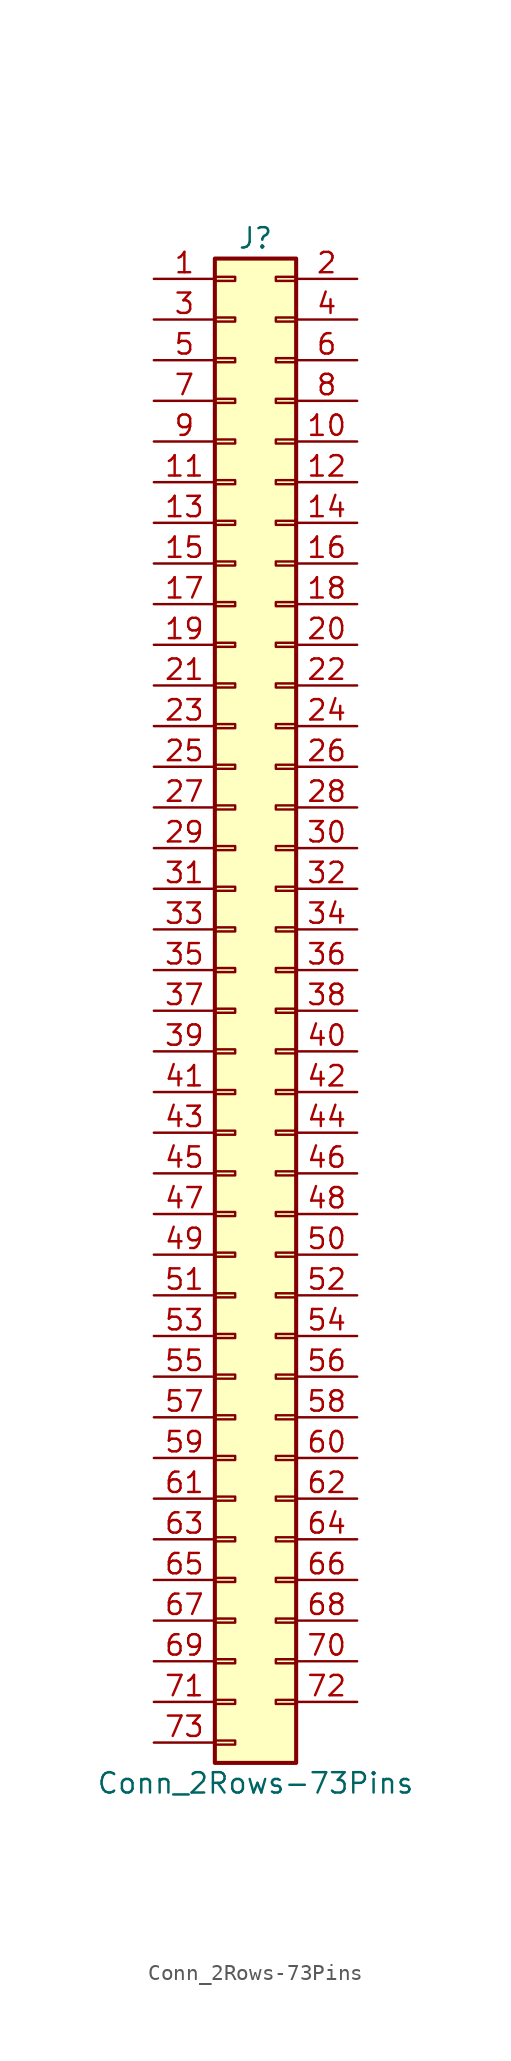
<source format=kicad_sym>
(kicad_symbol_lib
  (version 20200908)
  (generator kicad_symbol_editor)
  (symbol "Connector_Generic:Conn_2Rows-73Pins"
    (pin_names
      (offset 1.016) hide)
    (property "Reference" "J"
      (at 1.27 48.26 0)
      (effects (font (size 1.27 1.27))))
    (property "Value" "Conn_2Rows-73Pins"
      (at 1.27 -48.26 0)
      (effects (font (size 1.27 1.27))))
    (symbol "Conn_2Rows-73Pins_1_1"
      (rectangle (start -1.27 -27.813) (end 0 -28.067) (stroke (width 0.152)) (fill (type none)))
      (rectangle (start -1.27 -30.353) (end 0 -30.607) (stroke (width 0.152)) (fill (type none)))
      (rectangle (start -1.27 -32.893) (end 0 -33.147) (stroke (width 0.152)) (fill (type none)))
      (rectangle (start -1.27 -35.433) (end 0 -35.687) (stroke (width 0.152)) (fill (type none)))
      (rectangle (start -1.27 -37.973) (end 0 -38.227) (stroke (width 0.152)) (fill (type none)))
      (rectangle (start -1.27 -40.513) (end 0 -40.767) (stroke (width 0.152)) (fill (type none)))
      (rectangle (start -1.27 -43.053) (end 0 -43.307) (stroke (width 0.152)) (fill (type none)))
      (rectangle (start -1.27 -45.593) (end 0 -45.847) (stroke (width 0.152)) (fill (type none)))
      (rectangle (start -1.27 -4.953) (end 0 -5.207) (stroke (width 0.152)) (fill (type none)))
      (rectangle (start -1.27 -7.493) (end 0 -7.747) (stroke (width 0.152)) (fill (type none)))
      (rectangle (start -1.27 -10.033) (end 0 -10.287) (stroke (width 0.152)) (fill (type none)))
      (rectangle (start -1.27 -12.573) (end 0 -12.827) (stroke (width 0.152)) (fill (type none)))
      (rectangle (start -1.27 -15.113) (end 0 -15.367) (stroke (width 0.152)) (fill (type none)))
      (rectangle (start -1.27 -17.653) (end 0 -17.907) (stroke (width 0.152)) (fill (type none)))
      (rectangle (start -1.27 -20.193) (end 0 -20.447) (stroke (width 0.152)) (fill (type none)))
      (rectangle (start -1.27 -22.733) (end 0 -22.987) (stroke (width 0.152)) (fill (type none)))
      (rectangle (start -1.27 -2.413) (end 0 -2.667) (stroke (width 0.152)) (fill (type none)))
      (rectangle (start -1.27 -25.273) (end 0 -25.527) (stroke (width 0.152)) (fill (type none)))
      (rectangle (start -1.27 25.527) (end 0 25.273) (stroke (width 0.152)) (fill (type none)))
      (rectangle (start -1.27 2.667) (end 0 2.413) (stroke (width 0.152)) (fill (type none)))
      (rectangle (start -1.27 28.067) (end 0 27.813) (stroke (width 0.152)) (fill (type none)))
      (rectangle (start -1.27 30.607) (end 0 30.353) (stroke (width 0.152)) (fill (type none)))
      (rectangle (start -1.27 33.147) (end 0 32.893) (stroke (width 0.152)) (fill (type none)))
      (rectangle (start -1.27 35.687) (end 0 35.433) (stroke (width 0.152)) (fill (type none)))
      (rectangle (start -1.27 38.227) (end 0 37.973) (stroke (width 0.152)) (fill (type none)))
      (rectangle (start -1.27 40.767) (end 0 40.513) (stroke (width 0.152)) (fill (type none)))
      (rectangle (start -1.27 43.307) (end 0 43.053) (stroke (width 0.152)) (fill (type none)))
      (rectangle (start -1.27 45.847) (end 0 45.593) (stroke (width 0.152)) (fill (type none)))
      (rectangle (start -1.27 46.99) (end 3.81 -46.99) (stroke (width 0.254)) (fill (type background)))
      (rectangle (start -1.27 5.207) (end 0 4.953) (stroke (width 0.152)) (fill (type none)))
      (rectangle (start -1.27 7.747) (end 0 7.493) (stroke (width 0.152)) (fill (type none)))
      (rectangle (start -1.27 10.287) (end 0 10.033) (stroke (width 0.152)) (fill (type none)))
      (rectangle (start -1.27 0.127) (end 0 -0.127) (stroke (width 0.152)) (fill (type none)))
      (rectangle (start -1.27 12.827) (end 0 12.573) (stroke (width 0.152)) (fill (type none)))
      (rectangle (start -1.27 15.367) (end 0 15.113) (stroke (width 0.152)) (fill (type none)))
      (rectangle (start -1.27 17.907) (end 0 17.653) (stroke (width 0.152)) (fill (type none)))
      (rectangle (start -1.27 20.447) (end 0 20.193) (stroke (width 0.152)) (fill (type none)))
      (rectangle (start -1.27 22.987) (end 0 22.733) (stroke (width 0.152)) (fill (type none)))
      (rectangle (start 3.81 -27.813) (end 2.54 -28.067) (stroke (width 0.152)) (fill (type none)))
      (rectangle (start 3.81 -30.353) (end 2.54 -30.607) (stroke (width 0.152)) (fill (type none)))
      (rectangle (start 3.81 -32.893) (end 2.54 -33.147) (stroke (width 0.152)) (fill (type none)))
      (rectangle (start 3.81 -35.433) (end 2.54 -35.687) (stroke (width 0.152)) (fill (type none)))
      (rectangle (start 3.81 -37.973) (end 2.54 -38.227) (stroke (width 0.152)) (fill (type none)))
      (rectangle (start 3.81 -40.513) (end 2.54 -40.767) (stroke (width 0.152)) (fill (type none)))
      (rectangle (start 3.81 -43.053) (end 2.54 -43.307) (stroke (width 0.152)) (fill (type none)))
      (rectangle (start 3.81 -4.953) (end 2.54 -5.207) (stroke (width 0.152)) (fill (type none)))
      (rectangle (start 3.81 -7.493) (end 2.54 -7.747) (stroke (width 0.152)) (fill (type none)))
      (rectangle (start 3.81 -10.033) (end 2.54 -10.287) (stroke (width 0.152)) (fill (type none)))
      (rectangle (start 3.81 -12.573) (end 2.54 -12.827) (stroke (width 0.152)) (fill (type none)))
      (rectangle (start 3.81 -15.113) (end 2.54 -15.367) (stroke (width 0.152)) (fill (type none)))
      (rectangle (start 3.81 -17.653) (end 2.54 -17.907) (stroke (width 0.152)) (fill (type none)))
      (rectangle (start 3.81 -20.193) (end 2.54 -20.447) (stroke (width 0.152)) (fill (type none)))
      (rectangle (start 3.81 -22.733) (end 2.54 -22.987) (stroke (width 0.152)) (fill (type none)))
      (rectangle (start 3.81 -2.413) (end 2.54 -2.667) (stroke (width 0.152)) (fill (type none)))
      (rectangle (start 3.81 -25.273) (end 2.54 -25.527) (stroke (width 0.152)) (fill (type none)))
      (rectangle (start 3.81 25.527) (end 2.54 25.273) (stroke (width 0.152)) (fill (type none)))
      (rectangle (start 3.81 2.667) (end 2.54 2.413) (stroke (width 0.152)) (fill (type none)))
      (rectangle (start 3.81 28.067) (end 2.54 27.813) (stroke (width 0.152)) (fill (type none)))
      (rectangle (start 3.81 30.607) (end 2.54 30.353) (stroke (width 0.152)) (fill (type none)))
      (rectangle (start 3.81 33.147) (end 2.54 32.893) (stroke (width 0.152)) (fill (type none)))
      (rectangle (start 3.81 35.687) (end 2.54 35.433) (stroke (width 0.152)) (fill (type none)))
      (rectangle (start 3.81 38.227) (end 2.54 37.973) (stroke (width 0.152)) (fill (type none)))
      (rectangle (start 3.81 40.767) (end 2.54 40.513) (stroke (width 0.152)) (fill (type none)))
      (rectangle (start 3.81 43.307) (end 2.54 43.053) (stroke (width 0.152)) (fill (type none)))
      (rectangle (start 3.81 45.847) (end 2.54 45.593) (stroke (width 0.152)) (fill (type none)))
      (rectangle (start 3.81 5.207) (end 2.54 4.953) (stroke (width 0.152)) (fill (type none)))
      (rectangle (start 3.81 7.747) (end 2.54 7.493) (stroke (width 0.152)) (fill (type none)))
      (rectangle (start 3.81 10.287) (end 2.54 10.033) (stroke (width 0.152)) (fill (type none)))
      (rectangle (start 3.81 0.127) (end 2.54 -0.127) (stroke (width 0.152)) (fill (type none)))
      (rectangle (start 3.81 12.827) (end 2.54 12.573) (stroke (width 0.152)) (fill (type none)))
      (rectangle (start 3.81 15.367) (end 2.54 15.113) (stroke (width 0.152)) (fill (type none)))
      (rectangle (start 3.81 17.907) (end 2.54 17.653) (stroke (width 0.152)) (fill (type none)))
      (rectangle (start 3.81 20.447) (end 2.54 20.193) (stroke (width 0.152)) (fill (type none)))
      (rectangle (start 3.81 22.987) (end 2.54 22.733) (stroke (width 0.152)) (fill (type none)))
      (pin passive line (at -5.08 45.72 0) (length 3.81) (name "Pin_1" (effects (font (size 1.27 1.27)))) (number "1" (effects (font (size 1.27 1.27)))))
      (pin passive line (at 7.62 35.56 180) (length 3.81) (name "Pin_10" (effects (font (size 1.27 1.27)))) (number "10" (effects (font (size 1.27 1.27)))))
      (pin passive line (at -5.08 33.02 0) (length 3.81) (name "Pin_11" (effects (font (size 1.27 1.27)))) (number "11" (effects (font (size 1.27 1.27)))))
      (pin passive line (at 7.62 33.02 180) (length 3.81) (name "Pin_12" (effects (font (size 1.27 1.27)))) (number "12" (effects (font (size 1.27 1.27)))))
      (pin passive line (at -5.08 30.48 0) (length 3.81) (name "Pin_13" (effects (font (size 1.27 1.27)))) (number "13" (effects (font (size 1.27 1.27)))))
      (pin passive line (at 7.62 30.48 180) (length 3.81) (name "Pin_14" (effects (font (size 1.27 1.27)))) (number "14" (effects (font (size 1.27 1.27)))))
      (pin passive line (at -5.08 27.94 0) (length 3.81) (name "Pin_15" (effects (font (size 1.27 1.27)))) (number "15" (effects (font (size 1.27 1.27)))))
      (pin passive line (at 7.62 27.94 180) (length 3.81) (name "Pin_16" (effects (font (size 1.27 1.27)))) (number "16" (effects (font (size 1.27 1.27)))))
      (pin passive line (at -5.08 25.4 0) (length 3.81) (name "Pin_17" (effects (font (size 1.27 1.27)))) (number "17" (effects (font (size 1.27 1.27)))))
      (pin passive line (at 7.62 25.4 180) (length 3.81) (name "Pin_18" (effects (font (size 1.27 1.27)))) (number "18" (effects (font (size 1.27 1.27)))))
      (pin passive line (at -5.08 22.86 0) (length 3.81) (name "Pin_19" (effects (font (size 1.27 1.27)))) (number "19" (effects (font (size 1.27 1.27)))))
      (pin passive line (at 7.62 45.72 180) (length 3.81) (name "Pin_2" (effects (font (size 1.27 1.27)))) (number "2" (effects (font (size 1.27 1.27)))))
      (pin passive line (at 7.62 22.86 180) (length 3.81) (name "Pin_20" (effects (font (size 1.27 1.27)))) (number "20" (effects (font (size 1.27 1.27)))))
      (pin passive line (at -5.08 20.32 0) (length 3.81) (name "Pin_21" (effects (font (size 1.27 1.27)))) (number "21" (effects (font (size 1.27 1.27)))))
      (pin passive line (at 7.62 20.32 180) (length 3.81) (name "Pin_22" (effects (font (size 1.27 1.27)))) (number "22" (effects (font (size 1.27 1.27)))))
      (pin passive line (at -5.08 17.78 0) (length 3.81) (name "Pin_23" (effects (font (size 1.27 1.27)))) (number "23" (effects (font (size 1.27 1.27)))))
      (pin passive line (at 7.62 17.78 180) (length 3.81) (name "Pin_24" (effects (font (size 1.27 1.27)))) (number "24" (effects (font (size 1.27 1.27)))))
      (pin passive line (at -5.08 15.24 0) (length 3.81) (name "Pin_25" (effects (font (size 1.27 1.27)))) (number "25" (effects (font (size 1.27 1.27)))))
      (pin passive line (at 7.62 15.24 180) (length 3.81) (name "Pin_26" (effects (font (size 1.27 1.27)))) (number "26" (effects (font (size 1.27 1.27)))))
      (pin passive line (at -5.08 12.7 0) (length 3.81) (name "Pin_27" (effects (font (size 1.27 1.27)))) (number "27" (effects (font (size 1.27 1.27)))))
      (pin passive line (at 7.62 12.7 180) (length 3.81) (name "Pin_28" (effects (font (size 1.27 1.27)))) (number "28" (effects (font (size 1.27 1.27)))))
      (pin passive line (at -5.08 10.16 0) (length 3.81) (name "Pin_29" (effects (font (size 1.27 1.27)))) (number "29" (effects (font (size 1.27 1.27)))))
      (pin passive line (at -5.08 43.18 0) (length 3.81) (name "Pin_3" (effects (font (size 1.27 1.27)))) (number "3" (effects (font (size 1.27 1.27)))))
      (pin passive line (at 7.62 10.16 180) (length 3.81) (name "Pin_30" (effects (font (size 1.27 1.27)))) (number "30" (effects (font (size 1.27 1.27)))))
      (pin passive line (at -5.08 7.62 0) (length 3.81) (name "Pin_31" (effects (font (size 1.27 1.27)))) (number "31" (effects (font (size 1.27 1.27)))))
      (pin passive line (at 7.62 7.62 180) (length 3.81) (name "Pin_32" (effects (font (size 1.27 1.27)))) (number "32" (effects (font (size 1.27 1.27)))))
      (pin passive line (at -5.08 5.08 0) (length 3.81) (name "Pin_33" (effects (font (size 1.27 1.27)))) (number "33" (effects (font (size 1.27 1.27)))))
      (pin passive line (at 7.62 5.08 180) (length 3.81) (name "Pin_34" (effects (font (size 1.27 1.27)))) (number "34" (effects (font (size 1.27 1.27)))))
      (pin passive line (at -5.08 2.54 0) (length 3.81) (name "Pin_35" (effects (font (size 1.27 1.27)))) (number "35" (effects (font (size 1.27 1.27)))))
      (pin passive line (at 7.62 2.54 180) (length 3.81) (name "Pin_36" (effects (font (size 1.27 1.27)))) (number "36" (effects (font (size 1.27 1.27)))))
      (pin passive line (at -5.08 0 0) (length 3.81) (name "Pin_37" (effects (font (size 1.27 1.27)))) (number "37" (effects (font (size 1.27 1.27)))))
      (pin passive line (at 7.62 0 180) (length 3.81) (name "Pin_38" (effects (font (size 1.27 1.27)))) (number "38" (effects (font (size 1.27 1.27)))))
      (pin passive line (at -5.08 -2.54 0) (length 3.81) (name "Pin_39" (effects (font (size 1.27 1.27)))) (number "39" (effects (font (size 1.27 1.27)))))
      (pin passive line (at 7.62 43.18 180) (length 3.81) (name "Pin_4" (effects (font (size 1.27 1.27)))) (number "4" (effects (font (size 1.27 1.27)))))
      (pin passive line (at 7.62 -2.54 180) (length 3.81) (name "Pin_40" (effects (font (size 1.27 1.27)))) (number "40" (effects (font (size 1.27 1.27)))))
      (pin passive line (at -5.08 -5.08 0) (length 3.81) (name "Pin_41" (effects (font (size 1.27 1.27)))) (number "41" (effects (font (size 1.27 1.27)))))
      (pin passive line (at 7.62 -5.08 180) (length 3.81) (name "Pin_42" (effects (font (size 1.27 1.27)))) (number "42" (effects (font (size 1.27 1.27)))))
      (pin passive line (at -5.08 -7.62 0) (length 3.81) (name "Pin_43" (effects (font (size 1.27 1.27)))) (number "43" (effects (font (size 1.27 1.27)))))
      (pin passive line (at 7.62 -7.62 180) (length 3.81) (name "Pin_44" (effects (font (size 1.27 1.27)))) (number "44" (effects (font (size 1.27 1.27)))))
      (pin passive line (at -5.08 -10.16 0) (length 3.81) (name "Pin_45" (effects (font (size 1.27 1.27)))) (number "45" (effects (font (size 1.27 1.27)))))
      (pin passive line (at 7.62 -10.16 180) (length 3.81) (name "Pin_46" (effects (font (size 1.27 1.27)))) (number "46" (effects (font (size 1.27 1.27)))))
      (pin passive line (at -5.08 -12.7 0) (length 3.81) (name "Pin_47" (effects (font (size 1.27 1.27)))) (number "47" (effects (font (size 1.27 1.27)))))
      (pin passive line (at 7.62 -12.7 180) (length 3.81) (name "Pin_48" (effects (font (size 1.27 1.27)))) (number "48" (effects (font (size 1.27 1.27)))))
      (pin passive line (at -5.08 -15.24 0) (length 3.81) (name "Pin_49" (effects (font (size 1.27 1.27)))) (number "49" (effects (font (size 1.27 1.27)))))
      (pin passive line (at -5.08 40.64 0) (length 3.81) (name "Pin_5" (effects (font (size 1.27 1.27)))) (number "5" (effects (font (size 1.27 1.27)))))
      (pin passive line (at 7.62 -15.24 180) (length 3.81) (name "Pin_50" (effects (font (size 1.27 1.27)))) (number "50" (effects (font (size 1.27 1.27)))))
      (pin passive line (at -5.08 -17.78 0) (length 3.81) (name "Pin_51" (effects (font (size 1.27 1.27)))) (number "51" (effects (font (size 1.27 1.27)))))
      (pin passive line (at 7.62 -17.78 180) (length 3.81) (name "Pin_52" (effects (font (size 1.27 1.27)))) (number "52" (effects (font (size 1.27 1.27)))))
      (pin passive line (at -5.08 -20.32 0) (length 3.81) (name "Pin_53" (effects (font (size 1.27 1.27)))) (number "53" (effects (font (size 1.27 1.27)))))
      (pin passive line (at 7.62 -20.32 180) (length 3.81) (name "Pin_54" (effects (font (size 1.27 1.27)))) (number "54" (effects (font (size 1.27 1.27)))))
      (pin passive line (at -5.08 -22.86 0) (length 3.81) (name "Pin_55" (effects (font (size 1.27 1.27)))) (number "55" (effects (font (size 1.27 1.27)))))
      (pin passive line (at 7.62 -22.86 180) (length 3.81) (name "Pin_56" (effects (font (size 1.27 1.27)))) (number "56" (effects (font (size 1.27 1.27)))))
      (pin passive line (at -5.08 -25.4 0) (length 3.81) (name "Pin_57" (effects (font (size 1.27 1.27)))) (number "57" (effects (font (size 1.27 1.27)))))
      (pin passive line (at 7.62 -25.4 180) (length 3.81) (name "Pin_58" (effects (font (size 1.27 1.27)))) (number "58" (effects (font (size 1.27 1.27)))))
      (pin passive line (at -5.08 -27.94 0) (length 3.81) (name "Pin_59" (effects (font (size 1.27 1.27)))) (number "59" (effects (font (size 1.27 1.27)))))
      (pin passive line (at 7.62 40.64 180) (length 3.81) (name "Pin_6" (effects (font (size 1.27 1.27)))) (number "6" (effects (font (size 1.27 1.27)))))
      (pin passive line (at 7.62 -27.94 180) (length 3.81) (name "Pin_60" (effects (font (size 1.27 1.27)))) (number "60" (effects (font (size 1.27 1.27)))))
      (pin passive line (at -5.08 -30.48 0) (length 3.81) (name "Pin_61" (effects (font (size 1.27 1.27)))) (number "61" (effects (font (size 1.27 1.27)))))
      (pin passive line (at 7.62 -30.48 180) (length 3.81) (name "Pin_62" (effects (font (size 1.27 1.27)))) (number "62" (effects (font (size 1.27 1.27)))))
      (pin passive line (at -5.08 -33.02 0) (length 3.81) (name "Pin_63" (effects (font (size 1.27 1.27)))) (number "63" (effects (font (size 1.27 1.27)))))
      (pin passive line (at 7.62 -33.02 180) (length 3.81) (name "Pin_64" (effects (font (size 1.27 1.27)))) (number "64" (effects (font (size 1.27 1.27)))))
      (pin passive line (at -5.08 -35.56 0) (length 3.81) (name "Pin_65" (effects (font (size 1.27 1.27)))) (number "65" (effects (font (size 1.27 1.27)))))
      (pin passive line (at 7.62 -35.56 180) (length 3.81) (name "Pin_66" (effects (font (size 1.27 1.27)))) (number "66" (effects (font (size 1.27 1.27)))))
      (pin passive line (at -5.08 -38.1 0) (length 3.81) (name "Pin_67" (effects (font (size 1.27 1.27)))) (number "67" (effects (font (size 1.27 1.27)))))
      (pin passive line (at 7.62 -38.1 180) (length 3.81) (name "Pin_68" (effects (font (size 1.27 1.27)))) (number "68" (effects (font (size 1.27 1.27)))))
      (pin passive line (at -5.08 -40.64 0) (length 3.81) (name "Pin_69" (effects (font (size 1.27 1.27)))) (number "69" (effects (font (size 1.27 1.27)))))
      (pin passive line (at -5.08 38.1 0) (length 3.81) (name "Pin_7" (effects (font (size 1.27 1.27)))) (number "7" (effects (font (size 1.27 1.27)))))
      (pin passive line (at 7.62 -40.64 180) (length 3.81) (name "Pin_70" (effects (font (size 1.27 1.27)))) (number "70" (effects (font (size 1.27 1.27)))))
      (pin passive line (at -5.08 -43.18 0) (length 3.81) (name "Pin_71" (effects (font (size 1.27 1.27)))) (number "71" (effects (font (size 1.27 1.27)))))
      (pin passive line (at 7.62 -43.18 180) (length 3.81) (name "Pin_72" (effects (font (size 1.27 1.27)))) (number "72" (effects (font (size 1.27 1.27)))))
      (pin passive line (at -5.08 -45.72 0) (length 3.81) (name "Pin_73" (effects (font (size 1.27 1.27)))) (number "73" (effects (font (size 1.27 1.27)))))
      (pin passive line (at 7.62 38.1 180) (length 3.81) (name "Pin_8" (effects (font (size 1.27 1.27)))) (number "8" (effects (font (size 1.27 1.27)))))
      (pin passive line (at -5.08 35.56 0) (length 3.81) (name "Pin_9" (effects (font (size 1.27 1.27)))) (number "9" (effects (font (size 1.27 1.27))))))))
</source>
